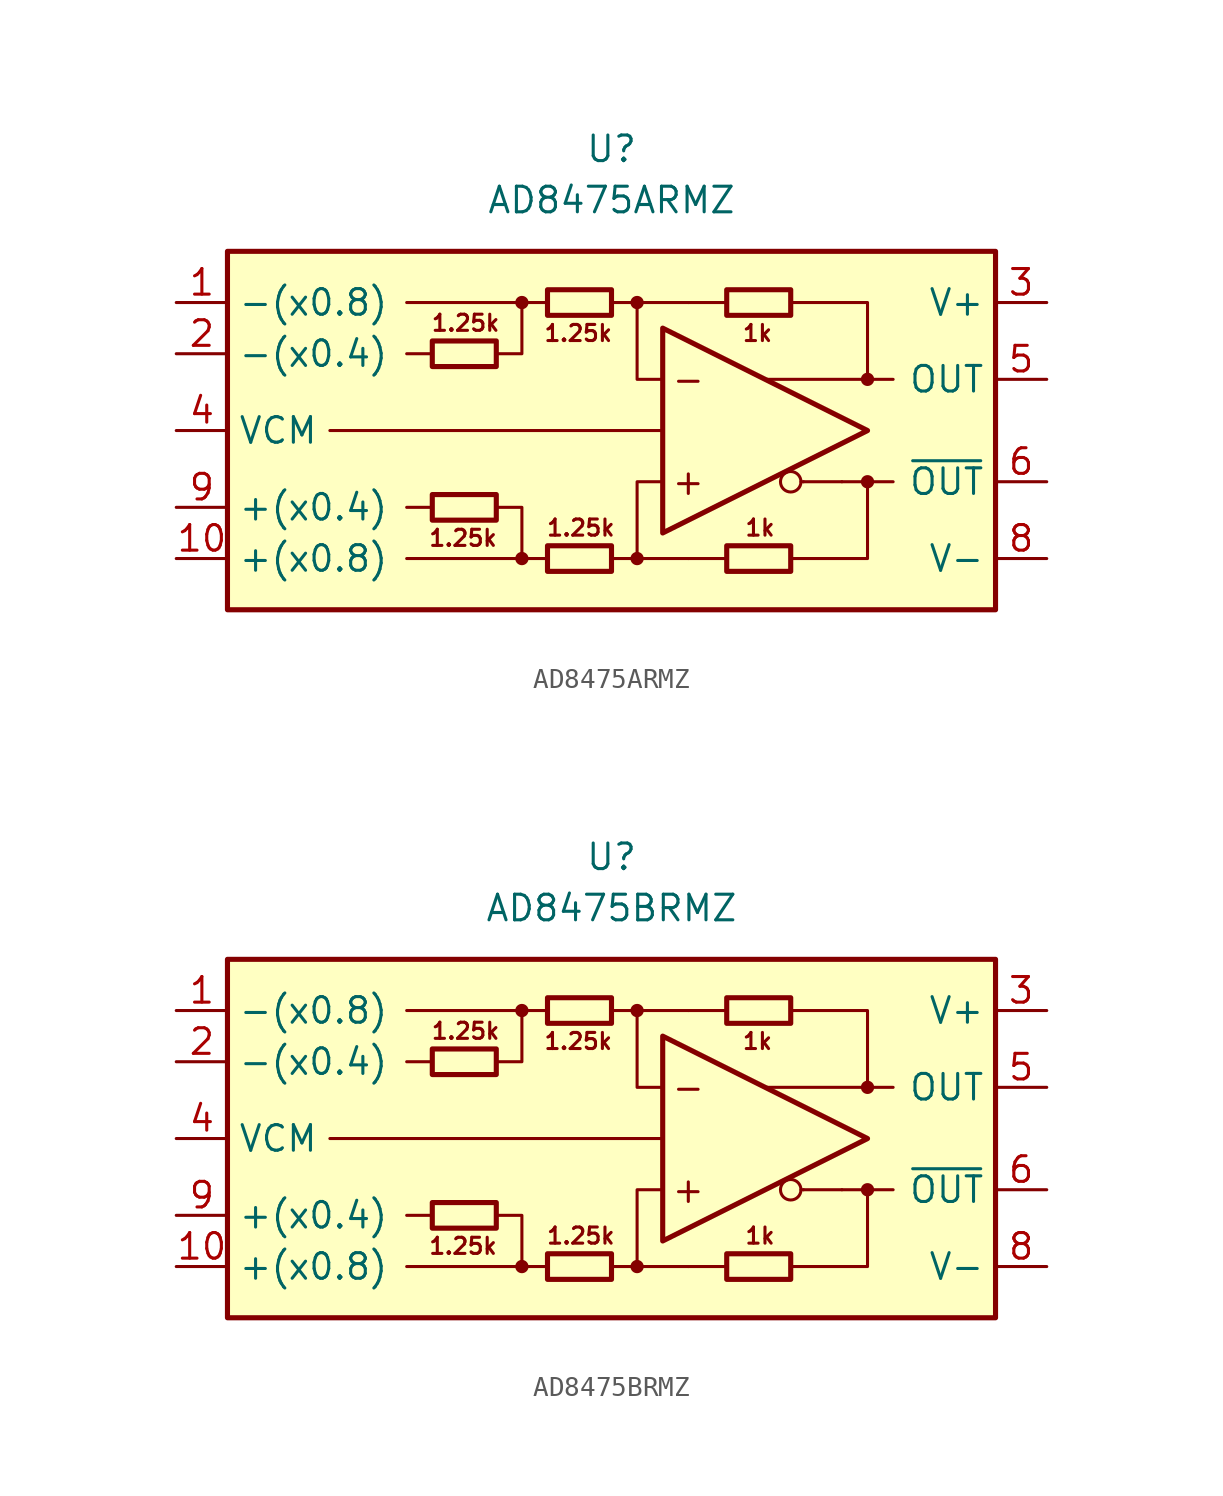
<source format=kicad_sym>
(kicad_symbol_lib
  (version 20211014)
  (generator kicad_symbol_editor)
  (symbol "AD8475ARMZ"
    (property "Reference" "U"
      (at 0 13.97 0)
      (effects (font (size 1.27 1.27))))
    (property "Value" "AD8475ARMZ"
      (at 0 11.43 0)
      (effects (font (size 1.27 1.27))))
    (symbol "AD8475ARMZ_0_0"
      (rectangle (start -19.05 8.89) (end 19.05 -8.89) (stroke (width 0.254) (type default) (color 0 0 0 0)) (fill (type background)))
      (circle (center -4.445 -6.35) (radius 0.254) (stroke (width 0.152) (type default) (color 0 0 0 0)) (fill (type outline)))
      (circle (center -4.445 6.35) (radius 0.254) (stroke (width 0.152) (type default) (color 0 0 0 0)) (fill (type outline)))
      (polyline (pts (xy -8.89 -3.81) (xy -10.16 -3.81)) (stroke (width 0.152) (type default) (color 0 0 0 0)) (fill (type none)))
      (polyline (pts (xy -8.89 3.81) (xy -10.16 3.81)) (stroke (width 0.152) (type default) (color 0 0 0 0)) (fill (type none)))
      (polyline (pts (xy -4.445 6.35) (xy -10.16 6.35)) (stroke (width 0.152) (type default) (color 0 0 0 0)) (fill (type none)))
      (polyline (pts (xy -3.175 -6.35) (xy -10.16 -6.35)) (stroke (width 0.152) (type default) (color 0 0 0 0)) (fill (type none)))
      (polyline (pts (xy -3.175 6.35) (xy -4.445 6.35)) (stroke (width 0.152) (type default) (color 0 0 0 0)) (fill (type none)))
      (polyline (pts (xy 1.27 6.35) (xy 3.81 6.35)) (stroke (width 0.152) (type default) (color 0 0 0 0)) (fill (type none)))
      (polyline (pts (xy 3.81 -6.35) (xy 1.27 -6.35)) (stroke (width 0.152) (type default) (color 0 0 0 0)) (fill (type none)))
      (polyline (pts (xy 5.715 -6.35) (xy 3.81 -6.35)) (stroke (width 0.152) (type default) (color 0 0 0 0)) (fill (type none)))
      (polyline (pts (xy 5.715 6.35) (xy 3.81 6.35)) (stroke (width 0.152) (type default) (color 0 0 0 0)) (fill (type none)))
      (polyline (pts (xy 9.525 -2.54) (xy 9.398 -2.54)) (stroke (width 0.152) (type default) (color 0 0 0 0)) (fill (type none)))
      (polyline (pts (xy 11.43 -2.54) (xy 9.525 -2.54)) (stroke (width 0.152) (type default) (color 0 0 0 0)) (fill (type none)))
      (polyline (pts (xy 12.7 -2.54) (xy 13.97 -2.54)) (stroke (width 0.152) (type default) (color 0 0 0 0)) (fill (type none)))
      (polyline (pts (xy 12.7 2.54) (xy 13.97 2.54)) (stroke (width 0.152) (type default) (color 0 0 0 0)) (fill (type none)))
      (polyline (pts (xy -5.715 -3.81) (xy -4.445 -3.81) (xy -4.445 -6.35)) (stroke (width 0.152) (type default) (color 0 0 0 0)) (fill (type none)))
      (polyline (pts (xy -5.715 3.81) (xy -4.445 3.81) (xy -4.445 6.35)) (stroke (width 0.152) (type default) (color 0 0 0 0)) (fill (type none)))
      (polyline (pts (xy 0 -6.35) (xy 1.27 -6.35) (xy 1.27 -2.54) (xy 2.54 -2.54)) (stroke (width 0.152) (type default) (color 0 0 0 0)) (fill (type none)))
      (polyline (pts (xy 2.54 2.54) (xy 1.27 2.54) (xy 1.27 6.35) (xy 0 6.35)) (stroke (width 0.152) (type default) (color 0 0 0 0)) (fill (type none)))
      (polyline (pts (xy 8.89 6.35) (xy 12.7 6.35) (xy 12.7 2.54) (xy 7.62 2.54)) (stroke (width 0.152) (type default) (color 0 0 0 0)) (fill (type none)))
      (polyline (pts (xy 11.43 -2.54) (xy 12.7 -2.54) (xy 12.7 -6.35) (xy 8.89 -6.35)) (stroke (width 0.152) (type default) (color 0 0 0 0)) (fill (type none)))
      (circle (center 1.27 -6.35) (radius 0.254) (stroke (width 0.152) (type default) (color 0 0 0 0)) (fill (type outline)))
      (circle (center 1.27 6.35) (radius 0.254) (stroke (width 0.152) (type default) (color 0 0 0 0)) (fill (type outline)))
      (circle (center 8.89 -2.54) (radius 0.508) (stroke (width 0.152) (type default) (color 0 0 0 0)) (fill (type none)))
      (circle (center 12.7 -2.54) (radius 0.254) (stroke (width 0.152) (type default) (color 0 0 0 0)) (fill (type outline)))
      (circle (center 12.7 2.54) (radius 0.254) (stroke (width 0.152) (type default) (color 0 0 0 0)) (fill (type outline)))
      (text "+" (at 3.81 -2.54 0) (effects (font (size 1.27 1.27))))
      (text "-" (at 3.81 2.54 0) (effects (font (size 1.27 1.27))))
      (text "1.25k" (at -7.366 -5.334 0) (effects (font (size 0.8 0.8))))
      (text "1.25k" (at -7.239 5.334 0) (effects (font (size 0.8 0.8))))
      (text "1.25k" (at -1.651 4.826 0) (effects (font (size 0.8 0.8))))
      (text "1.25k" (at -1.524 -4.826 0) (effects (font (size 0.8 0.8))))
      (text "1k" (at 7.239 4.826 0) (effects (font (size 0.8 0.8))))
      (text "1k" (at 7.366 -4.826 0) (effects (font (size 0.8 0.8)))))
    (symbol "AD8475ARMZ_0_1"
      (rectangle (start -8.89 4.445) (end -5.715 3.175) (stroke (width 0.254) (type default) (color 0 0 0 0)) (fill (type none)))
      (rectangle (start -5.715 -4.445) (end -8.89 -3.175) (stroke (width 0.254) (type default) (color 0 0 0 0)) (fill (type none)))
      (rectangle (start -3.175 -5.715) (end 0 -6.985) (stroke (width 0.254) (type default) (color 0 0 0 0)) (fill (type none)))
      (polyline (pts (xy 2.54 0) (xy -13.97 0)) (stroke (width 0.152) (type default) (color 0 0 0 0)) (fill (type none)))
      (polyline (pts (xy 2.54 5.08) (xy 2.54 -5.08) (xy 12.7 0) (xy 2.54 5.08)) (stroke (width 0.254) (type default) (color 0 0 0 0)) (fill (type none)))
      (rectangle (start 0 5.715) (end -3.175 6.985) (stroke (width 0.254) (type default) (color 0 0 0 0)) (fill (type none)))
      (rectangle (start 5.715 -5.715) (end 8.89 -6.985) (stroke (width 0.254) (type default) (color 0 0 0 0)) (fill (type none)))
      (rectangle (start 8.89 5.715) (end 5.715 6.985) (stroke (width 0.254) (type default) (color 0 0 0 0)) (fill (type none))))
    (symbol "AD8475ARMZ_1_1"
      (pin input line (at -21.59 6.35 0) (length 2.54) (name "-(x0.8)" (effects (font (size 1.27 1.27)))) (number "1" (effects (font (size 1.27 1.27)))))
      (pin input line (at -21.59 -6.35 0) (length 2.54) (name "+(x0.8)" (effects (font (size 1.27 1.27)))) (number "10" (effects (font (size 1.27 1.27)))))
      (pin input line (at -21.59 3.81 0) (length 2.54) (name "-(x0.4)" (effects (font (size 1.27 1.27)))) (number "2" (effects (font (size 1.27 1.27)))))
      (pin power_in line (at 21.59 6.35 180) (length 2.54) (name "V+" (effects (font (size 1.27 1.27)))) (number "3" (effects (font (size 1.27 1.27)))))
      (pin input line (at -21.59 0 0) (length 2.54) (name "VCM" (effects (font (size 1.27 1.27)))) (number "4" (effects (font (size 1.27 1.27)))))
      (pin output line (at 21.59 2.54 180) (length 2.54) (name "OUT" (effects (font (size 1.27 1.27)))) (number "5" (effects (font (size 1.27 1.27)))))
      (pin output line (at 21.59 -2.54 180) (length 2.54) (name "~{OUT}" (effects (font (size 1.27 1.27)))) (number "6" (effects (font (size 1.27 1.27)))))
      (pin no_connect line (at -1.27 0 0) (length 2.54) hide (name "NC" (effects (font (size 1.27 1.27)))) (number "7" (effects (font (size 1.27 1.27)))))
      (pin power_in line (at 21.59 -6.35 180) (length 2.54) (name "V-" (effects (font (size 1.27 1.27)))) (number "8" (effects (font (size 1.27 1.27)))))
      (pin input line (at -21.59 -3.81 0) (length 2.54) (name "+(x0.4)" (effects (font (size 1.27 1.27)))) (number "9" (effects (font (size 1.27 1.27)))))))
  (symbol "AD8475BRMZ"
    (property "Reference" "U"
      (at 0 13.97 0)
      (effects (font (size 1.27 1.27))))
    (property "Value" "AD8475BRMZ"
      (at 0 11.43 0)
      (effects (font (size 1.27 1.27))))
    (symbol "AD8475BRMZ_0_0"
      (rectangle (start -19.05 8.89) (end 19.05 -8.89) (stroke (width 0.254) (type default) (color 0 0 0 0)) (fill (type background)))
      (circle (center -4.445 -6.35) (radius 0.254) (stroke (width 0.152) (type default) (color 0 0 0 0)) (fill (type outline)))
      (circle (center -4.445 6.35) (radius 0.254) (stroke (width 0.152) (type default) (color 0 0 0 0)) (fill (type outline)))
      (polyline (pts (xy -8.89 -3.81) (xy -10.16 -3.81)) (stroke (width 0.152) (type default) (color 0 0 0 0)) (fill (type none)))
      (polyline (pts (xy -8.89 3.81) (xy -10.16 3.81)) (stroke (width 0.152) (type default) (color 0 0 0 0)) (fill (type none)))
      (polyline (pts (xy -4.445 6.35) (xy -10.16 6.35)) (stroke (width 0.152) (type default) (color 0 0 0 0)) (fill (type none)))
      (polyline (pts (xy -3.175 -6.35) (xy -10.16 -6.35)) (stroke (width 0.152) (type default) (color 0 0 0 0)) (fill (type none)))
      (polyline (pts (xy -3.175 6.35) (xy -4.445 6.35)) (stroke (width 0.152) (type default) (color 0 0 0 0)) (fill (type none)))
      (polyline (pts (xy 1.27 6.35) (xy 3.81 6.35)) (stroke (width 0.152) (type default) (color 0 0 0 0)) (fill (type none)))
      (polyline (pts (xy 3.81 -6.35) (xy 1.27 -6.35)) (stroke (width 0.152) (type default) (color 0 0 0 0)) (fill (type none)))
      (polyline (pts (xy 5.715 -6.35) (xy 3.81 -6.35)) (stroke (width 0.152) (type default) (color 0 0 0 0)) (fill (type none)))
      (polyline (pts (xy 5.715 6.35) (xy 3.81 6.35)) (stroke (width 0.152) (type default) (color 0 0 0 0)) (fill (type none)))
      (polyline (pts (xy 9.525 -2.54) (xy 9.398 -2.54)) (stroke (width 0.152) (type default) (color 0 0 0 0)) (fill (type none)))
      (polyline (pts (xy 11.43 -2.54) (xy 9.525 -2.54)) (stroke (width 0.152) (type default) (color 0 0 0 0)) (fill (type none)))
      (polyline (pts (xy 12.7 -2.54) (xy 13.97 -2.54)) (stroke (width 0.152) (type default) (color 0 0 0 0)) (fill (type none)))
      (polyline (pts (xy 12.7 2.54) (xy 13.97 2.54)) (stroke (width 0.152) (type default) (color 0 0 0 0)) (fill (type none)))
      (polyline (pts (xy -5.715 -3.81) (xy -4.445 -3.81) (xy -4.445 -6.35)) (stroke (width 0.152) (type default) (color 0 0 0 0)) (fill (type none)))
      (polyline (pts (xy -5.715 3.81) (xy -4.445 3.81) (xy -4.445 6.35)) (stroke (width 0.152) (type default) (color 0 0 0 0)) (fill (type none)))
      (polyline (pts (xy 0 -6.35) (xy 1.27 -6.35) (xy 1.27 -2.54) (xy 2.54 -2.54)) (stroke (width 0.152) (type default) (color 0 0 0 0)) (fill (type none)))
      (polyline (pts (xy 2.54 2.54) (xy 1.27 2.54) (xy 1.27 6.35) (xy 0 6.35)) (stroke (width 0.152) (type default) (color 0 0 0 0)) (fill (type none)))
      (polyline (pts (xy 8.89 6.35) (xy 12.7 6.35) (xy 12.7 2.54) (xy 7.62 2.54)) (stroke (width 0.152) (type default) (color 0 0 0 0)) (fill (type none)))
      (polyline (pts (xy 11.43 -2.54) (xy 12.7 -2.54) (xy 12.7 -6.35) (xy 8.89 -6.35)) (stroke (width 0.152) (type default) (color 0 0 0 0)) (fill (type none)))
      (circle (center 1.27 -6.35) (radius 0.254) (stroke (width 0.152) (type default) (color 0 0 0 0)) (fill (type outline)))
      (circle (center 1.27 6.35) (radius 0.254) (stroke (width 0.152) (type default) (color 0 0 0 0)) (fill (type outline)))
      (circle (center 8.89 -2.54) (radius 0.508) (stroke (width 0.152) (type default) (color 0 0 0 0)) (fill (type none)))
      (circle (center 12.7 -2.54) (radius 0.254) (stroke (width 0.152) (type default) (color 0 0 0 0)) (fill (type outline)))
      (circle (center 12.7 2.54) (radius 0.254) (stroke (width 0.152) (type default) (color 0 0 0 0)) (fill (type outline)))
      (text "+" (at 3.81 -2.54 0) (effects (font (size 1.27 1.27))))
      (text "-" (at 3.81 2.54 0) (effects (font (size 1.27 1.27))))
      (text "1.25k" (at -7.366 -5.334 0) (effects (font (size 0.8 0.8))))
      (text "1.25k" (at -7.239 5.334 0) (effects (font (size 0.8 0.8))))
      (text "1.25k" (at -1.651 4.826 0) (effects (font (size 0.8 0.8))))
      (text "1.25k" (at -1.524 -4.826 0) (effects (font (size 0.8 0.8))))
      (text "1k" (at 7.239 4.826 0) (effects (font (size 0.8 0.8))))
      (text "1k" (at 7.366 -4.826 0) (effects (font (size 0.8 0.8)))))
    (symbol "AD8475BRMZ_0_1"
      (rectangle (start -8.89 4.445) (end -5.715 3.175) (stroke (width 0.254) (type default) (color 0 0 0 0)) (fill (type none)))
      (rectangle (start -5.715 -4.445) (end -8.89 -3.175) (stroke (width 0.254) (type default) (color 0 0 0 0)) (fill (type none)))
      (rectangle (start -3.175 -5.715) (end 0 -6.985) (stroke (width 0.254) (type default) (color 0 0 0 0)) (fill (type none)))
      (polyline (pts (xy 2.54 0) (xy -13.97 0)) (stroke (width 0.152) (type default) (color 0 0 0 0)) (fill (type none)))
      (polyline (pts (xy 2.54 5.08) (xy 2.54 -5.08) (xy 12.7 0) (xy 2.54 5.08)) (stroke (width 0.254) (type default) (color 0 0 0 0)) (fill (type none)))
      (rectangle (start 0 5.715) (end -3.175 6.985) (stroke (width 0.254) (type default) (color 0 0 0 0)) (fill (type none)))
      (rectangle (start 5.715 -5.715) (end 8.89 -6.985) (stroke (width 0.254) (type default) (color 0 0 0 0)) (fill (type none)))
      (rectangle (start 8.89 5.715) (end 5.715 6.985) (stroke (width 0.254) (type default) (color 0 0 0 0)) (fill (type none))))
    (symbol "AD8475BRMZ_1_1"
      (pin input line (at -21.59 6.35 0) (length 2.54) (name "-(x0.8)" (effects (font (size 1.27 1.27)))) (number "1" (effects (font (size 1.27 1.27)))))
      (pin input line (at -21.59 -6.35 0) (length 2.54) (name "+(x0.8)" (effects (font (size 1.27 1.27)))) (number "10" (effects (font (size 1.27 1.27)))))
      (pin input line (at -21.59 3.81 0) (length 2.54) (name "-(x0.4)" (effects (font (size 1.27 1.27)))) (number "2" (effects (font (size 1.27 1.27)))))
      (pin power_in line (at 21.59 6.35 180) (length 2.54) (name "V+" (effects (font (size 1.27 1.27)))) (number "3" (effects (font (size 1.27 1.27)))))
      (pin input line (at -21.59 0 0) (length 2.54) (name "VCM" (effects (font (size 1.27 1.27)))) (number "4" (effects (font (size 1.27 1.27)))))
      (pin output line (at 21.59 2.54 180) (length 2.54) (name "OUT" (effects (font (size 1.27 1.27)))) (number "5" (effects (font (size 1.27 1.27)))))
      (pin output line (at 21.59 -2.54 180) (length 2.54) (name "~{OUT}" (effects (font (size 1.27 1.27)))) (number "6" (effects (font (size 1.27 1.27)))))
      (pin no_connect line (at -1.27 0 0) (length 2.54) hide (name "NC" (effects (font (size 1.27 1.27)))) (number "7" (effects (font (size 1.27 1.27)))))
      (pin power_in line (at 21.59 -6.35 180) (length 2.54) (name "V-" (effects (font (size 1.27 1.27)))) (number "8" (effects (font (size 1.27 1.27)))))
      (pin input line (at -21.59 -3.81 0) (length 2.54) (name "+(x0.4)" (effects (font (size 1.27 1.27)))) (number "9" (effects (font (size 1.27 1.27))))))))
</source>
